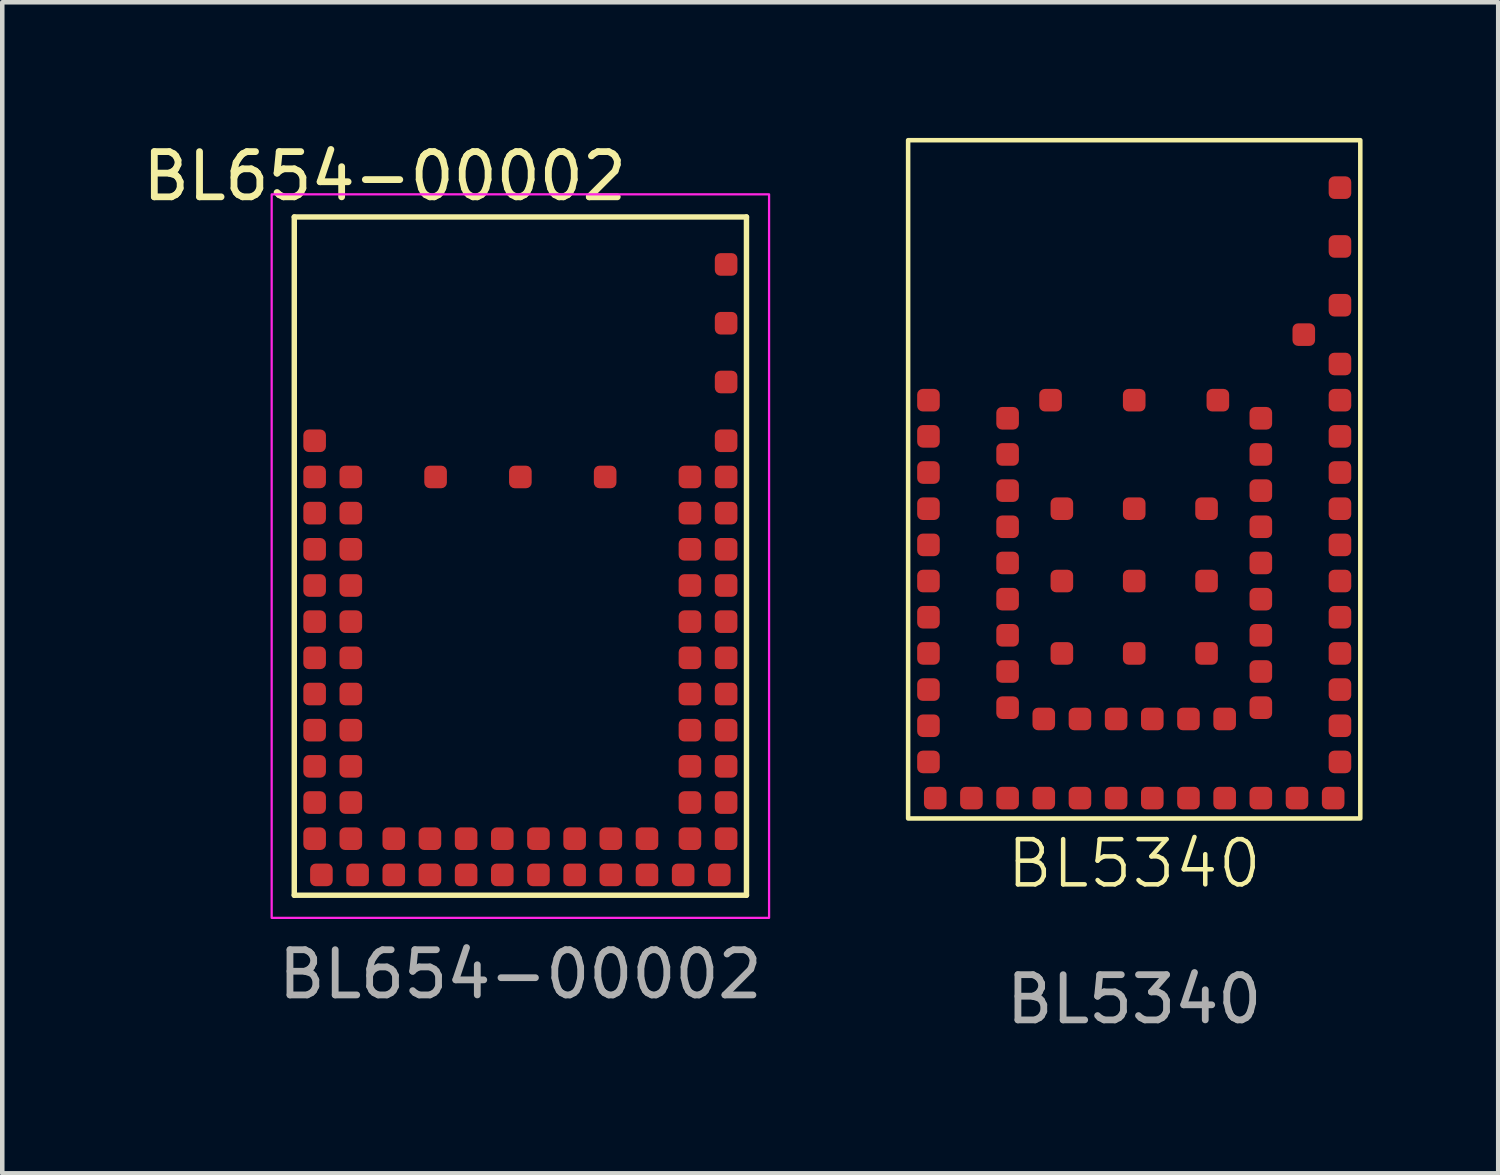
<source format=kicad_pcb>
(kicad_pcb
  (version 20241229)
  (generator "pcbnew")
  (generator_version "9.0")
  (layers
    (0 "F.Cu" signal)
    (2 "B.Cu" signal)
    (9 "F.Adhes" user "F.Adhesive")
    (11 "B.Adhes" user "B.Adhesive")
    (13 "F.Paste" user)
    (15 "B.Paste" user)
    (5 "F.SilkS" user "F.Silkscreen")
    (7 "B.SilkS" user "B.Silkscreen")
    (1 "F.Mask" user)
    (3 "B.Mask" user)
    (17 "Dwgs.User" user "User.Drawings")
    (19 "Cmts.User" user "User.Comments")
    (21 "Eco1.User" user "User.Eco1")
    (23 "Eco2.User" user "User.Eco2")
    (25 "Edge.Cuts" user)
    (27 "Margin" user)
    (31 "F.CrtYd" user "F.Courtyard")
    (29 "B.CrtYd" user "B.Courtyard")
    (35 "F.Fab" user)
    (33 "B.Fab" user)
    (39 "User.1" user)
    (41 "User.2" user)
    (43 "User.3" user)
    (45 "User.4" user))
  (footprint "BL5340"
    (layer "F.Cu")
    (at 22.033 7.55)
    (property "Reference" "BL5340" (at 0 8.5 0) (unlocked yes) (layer "F.SilkS") (effects (font (size 1 1) (thickness 0.1))))
    (attr smd)
    (fp_rect (start -5 -7.5) (end 5 7.5) (stroke (width 0.1) (type default)) (fill no) (layer "F.SilkS"))
    (fp_text user "${REFERENCE}" (at 0 11.5 0) (unlocked yes) (layer "F.Fab") (effects (font (size 1 1) (thickness 0.15))))
    (pad "1" smd roundrect (at 4.55 -2.55 90) (size 0.5 0.5) (layers "F.Cu" "F.Mask" "F.Paste") (roundrect_rratio 0.25))
    (pad "2" smd roundrect (at 4.55 -1.75 90) (size 0.5 0.5) (layers "F.Cu" "F.Mask" "F.Paste") (roundrect_rratio 0.25))
    (pad "3" smd roundrect (at 4.55 -0.95 90) (size 0.5 0.5) (layers "F.Cu" "F.Mask" "F.Paste") (roundrect_rratio 0.25))
    (pad "4" smd roundrect (at 2.8 -1.35 90) (size 0.5 0.5) (layers "F.Cu" "F.Mask" "F.Paste") (roundrect_rratio 0.25))
    (pad "5" smd roundrect (at 4.55 -0.15 90) (size 0.5 0.5) (layers "F.Cu" "F.Mask" "F.Paste") (roundrect_rratio 0.25))
    (pad "6" smd roundrect (at 2.8 -0.55 90) (size 0.5 0.5) (layers "F.Cu" "F.Mask" "F.Paste") (roundrect_rratio 0.25))
    (pad "7" smd roundrect (at 4.55 0.65 90) (size 0.5 0.5) (layers "F.Cu" "F.Mask" "F.Paste") (roundrect_rratio 0.25))
    (pad "8" smd roundrect (at 2.8 0.25 90) (size 0.5 0.5) (layers "F.Cu" "F.Mask" "F.Paste") (roundrect_rratio 0.25))
    (pad "9" smd roundrect (at 4.55 1.45 90) (size 0.5 0.5) (layers "F.Cu" "F.Mask" "F.Paste") (roundrect_rratio 0.25))
    (pad "10" smd roundrect (at 2.8 1.05 90) (size 0.5 0.5) (layers "F.Cu" "F.Mask" "F.Paste") (roundrect_rratio 0.25))
    (pad "11" smd roundrect (at 4.55 2.25 90) (size 0.5 0.5) (layers "F.Cu" "F.Mask" "F.Paste") (roundrect_rratio 0.25))
    (pad "12" smd roundrect (at 2.8 1.85 90) (size 0.5 0.5) (layers "F.Cu" "F.Mask" "F.Paste") (roundrect_rratio 0.25))
    (pad "13" smd roundrect (at 4.55 3.05 90) (size 0.5 0.5) (layers "F.Cu" "F.Mask" "F.Paste") (roundrect_rratio 0.25))
    (pad "14" smd roundrect (at 2.8 2.65 90) (size 0.5 0.5) (layers "F.Cu" "F.Mask" "F.Paste") (roundrect_rratio 0.25))
    (pad "15" smd roundrect (at 4.55 3.85 90) (size 0.5 0.5) (layers "F.Cu" "F.Mask" "F.Paste") (roundrect_rratio 0.25))
    (pad "16" smd roundrect (at 2.8 3.45 90) (size 0.5 0.5) (layers "F.Cu" "F.Mask" "F.Paste") (roundrect_rratio 0.25))
    (pad "17" smd roundrect (at 4.55 4.65 90) (size 0.5 0.5) (layers "F.Cu" "F.Mask" "F.Paste") (roundrect_rratio 0.25))
    (pad "18" smd roundrect (at 2.8 4.25 90) (size 0.5 0.5) (layers "F.Cu" "F.Mask" "F.Paste") (roundrect_rratio 0.25))
    (pad "19" smd roundrect (at 4.55 5.45 90) (size 0.5 0.5) (layers "F.Cu" "F.Mask" "F.Paste") (roundrect_rratio 0.25))
    (pad "20" smd roundrect (at 4.55 6.25 90) (size 0.5 0.5) (layers "F.Cu" "F.Mask" "F.Paste") (roundrect_rratio 0.25))
    (pad "21" smd roundrect (at 4.4 7.05 90) (size 0.5 0.5) (layers "F.Cu" "F.Mask" "F.Paste") (roundrect_rratio 0.25))
    (pad "22" smd roundrect (at 3.6 7.05 90) (size 0.5 0.5) (layers "F.Cu" "F.Mask" "F.Paste") (roundrect_rratio 0.25))
    (pad "23" smd roundrect (at 2.8 7.05 90) (size 0.5 0.5) (layers "F.Cu" "F.Mask" "F.Paste") (roundrect_rratio 0.25))
    (pad "24" smd roundrect (at 2.8 5.05 90) (size 0.5 0.5) (layers "F.Cu" "F.Mask" "F.Paste") (roundrect_rratio 0.25))
    (pad "25" smd roundrect (at 2 7.05 90) (size 0.5 0.5) (layers "F.Cu" "F.Mask" "F.Paste") (roundrect_rratio 0.25))
    (pad "26" smd roundrect (at 2 5.3 90) (size 0.5 0.5) (layers "F.Cu" "F.Mask" "F.Paste") (roundrect_rratio 0.25))
    (pad "27" smd roundrect (at 1.2 7.05 90) (size 0.5 0.5) (layers "F.Cu" "F.Mask" "F.Paste") (roundrect_rratio 0.25))
    (pad "28" smd roundrect (at 1.2 5.3 90) (size 0.5 0.5) (layers "F.Cu" "F.Mask" "F.Paste") (roundrect_rratio 0.25))
    (pad "29" smd roundrect (at 0.4 7.05 90) (size 0.5 0.5) (layers "F.Cu" "F.Mask" "F.Paste") (roundrect_rratio 0.25))
    (pad "30" smd roundrect (at 0.4 5.3 90) (size 0.5 0.5) (layers "F.Cu" "F.Mask" "F.Paste") (roundrect_rratio 0.25))
    (pad "31" smd roundrect (at -0.4 7.05 90) (size 0.5 0.5) (layers "F.Cu" "F.Mask" "F.Paste") (roundrect_rratio 0.25))
    (pad "32" smd roundrect (at -0.4 5.3 90) (size 0.5 0.5) (layers "F.Cu" "F.Mask" "F.Paste") (roundrect_rratio 0.25))
    (pad "33" smd roundrect (at -1.2 7.05 90) (size 0.5 0.5) (layers "F.Cu" "F.Mask" "F.Paste") (roundrect_rratio 0.25))
    (pad "34" smd roundrect (at -1.2 5.3 90) (size 0.5 0.5) (layers "F.Cu" "F.Mask" "F.Paste") (roundrect_rratio 0.25))
    (pad "35" smd roundrect (at -2 7.05 90) (size 0.5 0.5) (layers "F.Cu" "F.Mask" "F.Paste") (roundrect_rratio 0.25))
    (pad "36" smd roundrect (at -2 5.3 90) (size 0.5 0.5) (layers "F.Cu" "F.Mask" "F.Paste") (roundrect_rratio 0.25))
    (pad "37" smd roundrect (at -2.8 7.05 90) (size 0.5 0.5) (layers "F.Cu" "F.Mask" "F.Paste") (roundrect_rratio 0.25))
    (pad "38" smd roundrect (at -3.6 7.05 90) (size 0.5 0.5) (layers "F.Cu" "F.Mask" "F.Paste") (roundrect_rratio 0.25))
    (pad "39" smd roundrect (at -4.4 7.05 90) (size 0.5 0.5) (layers "F.Cu" "F.Mask" "F.Paste") (roundrect_rratio 0.25))
    (pad "40" smd roundrect (at -4.55 6.25 90) (size 0.5 0.5) (layers "F.Cu" "F.Mask" "F.Paste") (roundrect_rratio 0.25))
    (pad "41" smd roundrect (at -4.55 5.45 90) (size 0.5 0.5) (layers "F.Cu" "F.Mask" "F.Paste") (roundrect_rratio 0.25))
    (pad "42" smd roundrect (at -2.8 5.05 90) (size 0.5 0.5) (layers "F.Cu" "F.Mask" "F.Paste") (roundrect_rratio 0.25))
    (pad "43" smd roundrect (at -4.55 4.65 90) (size 0.5 0.5) (layers "F.Cu" "F.Mask" "F.Paste") (roundrect_rratio 0.25))
    (pad "44" smd roundrect (at -2.8 4.25 90) (size 0.5 0.5) (layers "F.Cu" "F.Mask" "F.Paste") (roundrect_rratio 0.25))
    (pad "45" smd roundrect (at -4.55 3.85 90) (size 0.5 0.5) (layers "F.Cu" "F.Mask" "F.Paste") (roundrect_rratio 0.25))
    (pad "46" smd roundrect (at -2.8 3.45 90) (size 0.5 0.5) (layers "F.Cu" "F.Mask" "F.Paste") (roundrect_rratio 0.25))
    (pad "47" smd roundrect (at -4.55 3.05 90) (size 0.5 0.5) (layers "F.Cu" "F.Mask" "F.Paste") (roundrect_rratio 0.25))
    (pad "48" smd roundrect (at -2.8 2.65 90) (size 0.5 0.5) (layers "F.Cu" "F.Mask" "F.Paste") (roundrect_rratio 0.25))
    (pad "49" smd roundrect (at -4.55 2.25 90) (size 0.5 0.5) (layers "F.Cu" "F.Mask" "F.Paste") (roundrect_rratio 0.25))
    (pad "50" smd roundrect (at -2.8 1.85 90) (size 0.5 0.5) (layers "F.Cu" "F.Mask" "F.Paste") (roundrect_rratio 0.25))
    (pad "51" smd roundrect (at -4.55 1.45 90) (size 0.5 0.5) (layers "F.Cu" "F.Mask" "F.Paste") (roundrect_rratio 0.25))
    (pad "52" smd roundrect (at -2.8 1.05 90) (size 0.5 0.5) (layers "F.Cu" "F.Mask" "F.Paste") (roundrect_rratio 0.25))
    (pad "53" smd roundrect (at -4.55 0.65 90) (size 0.5 0.5) (layers "F.Cu" "F.Mask" "F.Paste") (roundrect_rratio 0.25))
    (pad "54" smd roundrect (at -2.8 0.25 90) (size 0.5 0.5) (layers "F.Cu" "F.Mask" "F.Paste") (roundrect_rratio 0.25))
    (pad "55" smd roundrect (at -4.55 -0.15 90) (size 0.5 0.5) (layers "F.Cu" "F.Mask" "F.Paste") (roundrect_rratio 0.25))
    (pad "56" smd roundrect (at -2.8 -0.55 90) (size 0.5 0.5) (layers "F.Cu" "F.Mask" "F.Paste") (roundrect_rratio 0.25))
    (pad "57" smd roundrect (at -4.55 -0.95 90) (size 0.5 0.5) (layers "F.Cu" "F.Mask" "F.Paste") (roundrect_rratio 0.25))
    (pad "58" smd roundrect (at -2.8 -1.35 90) (size 0.5 0.5) (layers "F.Cu" "F.Mask" "F.Paste") (roundrect_rratio 0.25))
    (pad "59" smd roundrect (at -4.55 -1.75 90) (size 0.5 0.5) (layers "F.Cu" "F.Mask" "F.Paste") (roundrect_rratio 0.25))
    (pad "60" smd roundrect (at 1.6 0.65 90) (size 0.5 0.5) (layers "F.Cu" "F.Mask" "F.Paste") (roundrect_rratio 0.25))
    (pad "61" smd roundrect (at 1.6 2.25 180) (size 0.5 0.5) (layers "F.Cu" "F.Mask" "F.Paste") (roundrect_rratio 0.25))
    (pad "62" smd roundrect (at 1.6 3.85 90) (size 0.5 0.5) (layers "F.Cu" "F.Mask" "F.Paste") (roundrect_rratio 0.25))
    (pad "63" smd roundrect (at -1.6 3.85 90) (size 0.5 0.5) (layers "F.Cu" "F.Mask" "F.Paste") (roundrect_rratio 0.25))
    (pad "64" smd roundrect (at -1.6 2.25 90) (size 0.5 0.5) (layers "F.Cu" "F.Mask" "F.Paste") (roundrect_rratio 0.25))
    (pad "65" smd roundrect (at -1.6 0.65 90) (size 0.5 0.5) (layers "F.Cu" "F.Mask" "F.Paste") (roundrect_rratio 0.25))
    (pad "66" smd roundrect (at -1.85 -1.75 90) (size 0.5 0.5) (layers "F.Cu" "F.Mask" "F.Paste") (roundrect_rratio 0.25))
    (pad "67" smd roundrect (at 0 -1.75 90) (size 0.5 0.5) (layers "F.Cu" "F.Mask" "F.Paste") (roundrect_rratio 0.25))
    (pad "68" smd roundrect (at 1.85 -1.75 90) (size 0.5 0.5) (layers "F.Cu" "F.Mask" "F.Paste") (roundrect_rratio 0.25))
    (pad "69" smd roundrect (at 4.55 -3.85 90) (size 0.5 0.5) (layers "F.Cu" "F.Mask" "F.Paste") (roundrect_rratio 0.25))
    (pad "70" smd roundrect (at 4.55 -5.15 90) (size 0.5 0.5) (layers "F.Cu" "F.Mask" "F.Paste") (roundrect_rratio 0.25))
    (pad "71" smd roundrect (at 4.55 -6.45 90) (size 0.5 0.5) (layers "F.Cu" "F.Mask" "F.Paste") (roundrect_rratio 0.25))
    (pad "72" smd roundrect (at 3.75 -3.2 90) (size 0.5 0.5) (layers "F.Cu" "F.Mask" "F.Paste") (roundrect_rratio 0.25))
    (pad "73" smd roundrect (at 0 3.85 90) (size 0.5 0.5) (layers "F.Cu" "F.Mask" "F.Paste") (roundrect_rratio 0.25))
    (pad "74" smd roundrect (at 0 2.25 90) (size 0.5 0.5) (layers "F.Cu" "F.Mask" "F.Paste") (roundrect_rratio 0.25))
    (pad "75" smd roundrect (at 0 0.65 90) (size 0.5 0.5) (layers "F.Cu" "F.Mask" "F.Paste") (roundrect_rratio 0.25))
    (zone (net_name "") (layer "F.Cu") (hatch edge 0.5) (connect_pads) (min_thickness 0.25) (filled_areas_thickness no) (keepout (tracks not_allowed) (vias not_allowed) (pads not_allowed) (copperpour allowed) (footprints allowed)) (placement (enabled no)) (fill) (polygon (pts (xy 25.533 5.05) (xy 17.033 5.05) (xy 17.033 0.05) (xy 25.533 0.05)))))
  (footprint "BL654-00002"
    (layer "F.Cu")
    (at 8.458 9.248)
    (property "Reference" "BL654-00002" (at -3 -8.4 0) (unlocked yes) (layer "F.SilkS") (effects (font (size 1 1) (thickness 0.15))))
    (attr smd)
    (fp_line (start -5 -7.5) (end 5 -7.5) (stroke (width 0.12) (type solid)) (layer "F.SilkS"))
    (fp_line (start -5 7.5) (end -5 -7.5) (stroke (width 0.12) (type solid)) (layer "F.SilkS"))
    (fp_line (start 5 -7.5) (end 5 7.5) (stroke (width 0.12) (type solid)) (layer "F.SilkS"))
    (fp_line (start 5 7.5) (end -5 7.5) (stroke (width 0.12) (type solid)) (layer "F.SilkS"))
    (fp_rect (start -5.5 -8) (end 5.5 8) (stroke (width 0.05) (type default)) (fill no) (layer "F.CrtYd"))
    (fp_text user "${REFERENCE}" (at 0 9.25 0) (unlocked yes) (layer "F.Fab") (effects (font (size 1 1) (thickness 0.15))))
    (pad "0" smd roundrect (at 4.55 -2.55 90) (size 0.5 0.5) (layers "F.Cu" "F.Mask" "F.Paste") (roundrect_rratio 0.25))
    (pad "1" smd roundrect (at 4.55 -1.75 90) (size 0.5 0.5) (layers "F.Cu" "F.Mask" "F.Paste") (roundrect_rratio 0.25))
    (pad "2" smd roundrect (at 3.75 -1.75 90) (size 0.5 0.5) (layers "F.Cu" "F.Mask" "F.Paste") (roundrect_rratio 0.25))
    (pad "3" smd roundrect (at 4.55 -0.95 90) (size 0.5 0.5) (layers "F.Cu" "F.Mask" "F.Paste") (roundrect_rratio 0.25))
    (pad "4" smd roundrect (at 3.75 -0.95 90) (size 0.5 0.5) (layers "F.Cu" "F.Mask" "F.Paste") (roundrect_rratio 0.25))
    (pad "5" smd roundrect (at 4.55 -0.15 90) (size 0.5 0.5) (layers "F.Cu" "F.Mask" "F.Paste") (roundrect_rratio 0.25))
    (pad "6" smd roundrect (at 3.75 -0.15 90) (size 0.5 0.5) (layers "F.Cu" "F.Mask" "F.Paste") (roundrect_rratio 0.25))
    (pad "7" smd roundrect (at 4.55 0.65 90) (size 0.5 0.5) (layers "F.Cu" "F.Mask" "F.Paste") (roundrect_rratio 0.25))
    (pad "8" smd roundrect (at 3.75 0.65 90) (size 0.5 0.5) (layers "F.Cu" "F.Mask" "F.Paste") (roundrect_rratio 0.25))
    (pad "9" smd roundrect (at 4.55 1.45 90) (size 0.5 0.5) (layers "F.Cu" "F.Mask" "F.Paste") (roundrect_rratio 0.25))
    (pad "10" smd roundrect (at 3.75 1.45 90) (size 0.5 0.5) (layers "F.Cu" "F.Mask" "F.Paste") (roundrect_rratio 0.25))
    (pad "11" smd roundrect (at 4.55 2.25 90) (size 0.5 0.5) (layers "F.Cu" "F.Mask" "F.Paste") (roundrect_rratio 0.25))
    (pad "12" smd roundrect (at 3.75 2.25 90) (size 0.5 0.5) (layers "F.Cu" "F.Mask" "F.Paste") (roundrect_rratio 0.25))
    (pad "13" smd roundrect (at 4.55 3.05 90) (size 0.5 0.5) (layers "F.Cu" "F.Mask" "F.Paste") (roundrect_rratio 0.25))
    (pad "14" smd roundrect (at 3.75 3.05 90) (size 0.5 0.5) (layers "F.Cu" "F.Mask" "F.Paste") (roundrect_rratio 0.25))
    (pad "15" smd roundrect (at 4.55 3.85 90) (size 0.5 0.5) (layers "F.Cu" "F.Mask" "F.Paste") (roundrect_rratio 0.25))
    (pad "16" smd roundrect (at 3.75 3.85 90) (size 0.5 0.5) (layers "F.Cu" "F.Mask" "F.Paste") (roundrect_rratio 0.25))
    (pad "17" smd roundrect (at 4.55 4.65 90) (size 0.5 0.5) (layers "F.Cu" "F.Mask" "F.Paste") (roundrect_rratio 0.25))
    (pad "18" smd roundrect (at 3.75 4.65 90) (size 0.5 0.5) (layers "F.Cu" "F.Mask" "F.Paste") (roundrect_rratio 0.25))
    (pad "19" smd roundrect (at 4.55 5.45 90) (size 0.5 0.5) (layers "F.Cu" "F.Mask" "F.Paste") (roundrect_rratio 0.25))
    (pad "20" smd roundrect (at 3.75 5.45 90) (size 0.5 0.5) (layers "F.Cu" "F.Mask" "F.Paste") (roundrect_rratio 0.25))
    (pad "21" smd roundrect (at 4.55 6.25 90) (size 0.5 0.5) (layers "F.Cu" "F.Mask" "F.Paste") (roundrect_rratio 0.25))
    (pad "22" smd roundrect (at 3.75 6.25 90) (size 0.5 0.5) (layers "F.Cu" "F.Mask" "F.Paste") (roundrect_rratio 0.25))
    (pad "23" smd roundrect (at 4.4 7.05 90) (size 0.5 0.5) (layers "F.Cu" "F.Mask" "F.Paste") (roundrect_rratio 0.25))
    (pad "24" smd roundrect (at 3.6 7.05 90) (size 0.5 0.5) (layers "F.Cu" "F.Mask" "F.Paste") (roundrect_rratio 0.25))
    (pad "25" smd roundrect (at 2.8 7.05 90) (size 0.5 0.5) (layers "F.Cu" "F.Mask" "F.Paste") (roundrect_rratio 0.25))
    (pad "26" smd roundrect (at 2.8 6.25 90) (size 0.5 0.5) (layers "F.Cu" "F.Mask" "F.Paste") (roundrect_rratio 0.25))
    (pad "27" smd roundrect (at 2 7.05 90) (size 0.5 0.5) (layers "F.Cu" "F.Mask" "F.Paste") (roundrect_rratio 0.25))
    (pad "28" smd roundrect (at 2 6.25 90) (size 0.5 0.5) (layers "F.Cu" "F.Mask" "F.Paste") (roundrect_rratio 0.25))
    (pad "29" smd roundrect (at 1.2 7.05 90) (size 0.5 0.5) (layers "F.Cu" "F.Mask" "F.Paste") (roundrect_rratio 0.25))
    (pad "30" smd roundrect (at 1.2 6.25 90) (size 0.5 0.5) (layers "F.Cu" "F.Mask" "F.Paste") (roundrect_rratio 0.25))
    (pad "31" smd roundrect (at 0.4 7.05 90) (size 0.5 0.5) (layers "F.Cu" "F.Mask" "F.Paste") (roundrect_rratio 0.25))
    (pad "32" smd roundrect (at 0.4 6.25 90) (size 0.5 0.5) (layers "F.Cu" "F.Mask" "F.Paste") (roundrect_rratio 0.25))
    (pad "33" smd roundrect (at -0.4 7.05 90) (size 0.5 0.5) (layers "F.Cu" "F.Mask" "F.Paste") (roundrect_rratio 0.25))
    (pad "34" smd roundrect (at -0.4 6.25 90) (size 0.5 0.5) (layers "F.Cu" "F.Mask" "F.Paste") (roundrect_rratio 0.25))
    (pad "35" smd roundrect (at -1.2 7.05 90) (size 0.5 0.5) (layers "F.Cu" "F.Mask" "F.Paste") (roundrect_rratio 0.25))
    (pad "36" smd roundrect (at -1.2 6.25 90) (size 0.5 0.5) (layers "F.Cu" "F.Mask" "F.Paste") (roundrect_rratio 0.25))
    (pad "37" smd roundrect (at -2 7.05 90) (size 0.5 0.5) (layers "F.Cu" "F.Mask" "F.Paste") (roundrect_rratio 0.25))
    (pad "38" smd roundrect (at -2 6.25 90) (size 0.5 0.5) (layers "F.Cu" "F.Mask" "F.Paste") (roundrect_rratio 0.25))
    (pad "39" smd roundrect (at -2.8 7.05 90) (size 0.5 0.5) (layers "F.Cu" "F.Mask" "F.Paste") (roundrect_rratio 0.25))
    (pad "40" smd roundrect (at -2.8 6.25 90) (size 0.5 0.5) (layers "F.Cu" "F.Mask" "F.Paste") (roundrect_rratio 0.25))
    (pad "41" smd roundrect (at -3.6 7.05 90) (size 0.5 0.5) (layers "F.Cu" "F.Mask" "F.Paste") (roundrect_rratio 0.25))
    (pad "42" smd roundrect (at -4.4 7.05 90) (size 0.5 0.5) (layers "F.Cu" "F.Mask" "F.Paste") (roundrect_rratio 0.25))
    (pad "43" smd roundrect (at -4.55 6.25 90) (size 0.5 0.5) (layers "F.Cu" "F.Mask" "F.Paste") (roundrect_rratio 0.25))
    (pad "44" smd roundrect (at -3.75 6.25 90) (size 0.5 0.5) (layers "F.Cu" "F.Mask" "F.Paste") (roundrect_rratio 0.25))
    (pad "45" smd roundrect (at -4.55 5.45 90) (size 0.5 0.5) (layers "F.Cu" "F.Mask" "F.Paste") (roundrect_rratio 0.25))
    (pad "46" smd roundrect (at -3.75 5.45 90) (size 0.5 0.5) (layers "F.Cu" "F.Mask" "F.Paste") (roundrect_rratio 0.25))
    (pad "47" smd roundrect (at -4.55 4.65 90) (size 0.5 0.5) (layers "F.Cu" "F.Mask" "F.Paste") (roundrect_rratio 0.25))
    (pad "48" smd roundrect (at -3.75 4.65 90) (size 0.5 0.5) (layers "F.Cu" "F.Mask" "F.Paste") (roundrect_rratio 0.25))
    (pad "49" smd roundrect (at -4.55 3.85 90) (size 0.5 0.5) (layers "F.Cu" "F.Mask" "F.Paste") (roundrect_rratio 0.25))
    (pad "50" smd roundrect (at -3.75 3.85 90) (size 0.5 0.5) (layers "F.Cu" "F.Mask" "F.Paste") (roundrect_rratio 0.25))
    (pad "51" smd roundrect (at -4.55 3.05 90) (size 0.5 0.5) (layers "F.Cu" "F.Mask" "F.Paste") (roundrect_rratio 0.25))
    (pad "52" smd roundrect (at -3.75 3.05 90) (size 0.5 0.5) (layers "F.Cu" "F.Mask" "F.Paste") (roundrect_rratio 0.25))
    (pad "53" smd roundrect (at -4.55 2.25 90) (size 0.5 0.5) (layers "F.Cu" "F.Mask" "F.Paste") (roundrect_rratio 0.25))
    (pad "54" smd roundrect (at -3.75 2.25 90) (size 0.5 0.5) (layers "F.Cu" "F.Mask" "F.Paste") (roundrect_rratio 0.25))
    (pad "55" smd roundrect (at -4.55 1.45 90) (size 0.5 0.5) (layers "F.Cu" "F.Mask" "F.Paste") (roundrect_rratio 0.25))
    (pad "56" smd roundrect (at -3.75 1.45 90) (size 0.5 0.5) (layers "F.Cu" "F.Mask" "F.Paste") (roundrect_rratio 0.25))
    (pad "57" smd roundrect (at -4.55 0.65 90) (size 0.5 0.5) (layers "F.Cu" "F.Mask" "F.Paste") (roundrect_rratio 0.25))
    (pad "58" smd roundrect (at -3.75 0.65 90) (size 0.5 0.5) (layers "F.Cu" "F.Mask" "F.Paste") (roundrect_rratio 0.25))
    (pad "59" smd roundrect (at -4.55 -0.15 90) (size 0.5 0.5) (layers "F.Cu" "F.Mask" "F.Paste") (roundrect_rratio 0.25))
    (pad "60" smd roundrect (at -3.75 -0.15 90) (size 0.5 0.5) (layers "F.Cu" "F.Mask" "F.Paste") (roundrect_rratio 0.25))
    (pad "61" smd roundrect (at -4.55 -0.95 90) (size 0.5 0.5) (layers "F.Cu" "F.Mask" "F.Paste") (roundrect_rratio 0.25))
    (pad "62" smd roundrect (at -3.75 -0.95 90) (size 0.5 0.5) (layers "F.Cu" "F.Mask" "F.Paste") (roundrect_rratio 0.25))
    (pad "63" smd roundrect (at -4.55 -1.75 90) (size 0.5 0.5) (layers "F.Cu" "F.Mask" "F.Paste") (roundrect_rratio 0.25))
    (pad "64" smd roundrect (at -3.75 -1.75 90) (size 0.5 0.5) (layers "F.Cu" "F.Mask" "F.Paste") (roundrect_rratio 0.25))
    (pad "65" smd roundrect (at -4.55 -2.55 90) (size 0.5 0.5) (layers "F.Cu" "F.Mask" "F.Paste") (roundrect_rratio 0.25))
    (pad "66" smd roundrect (at 4.55 -3.85 90) (size 0.5 0.5) (layers "F.Cu" "F.Mask" "F.Paste") (roundrect_rratio 0.25))
    (pad "67" smd roundrect (at 4.55 -5.15 90) (size 0.5 0.5) (layers "F.Cu" "F.Mask" "F.Paste") (roundrect_rratio 0.25))
    (pad "68" smd roundrect (at 4.55 -6.45 90) (size 0.5 0.5) (layers "F.Cu" "F.Mask" "F.Paste") (roundrect_rratio 0.25))
    (pad "69" smd roundrect (at -1.875 -1.75 90) (size 0.5 0.5) (layers "F.Cu" "F.Mask" "F.Paste") (roundrect_rratio 0.25))
    (pad "70" smd roundrect (at 0 -1.75 90) (size 0.5 0.5) (layers "F.Cu" "F.Mask" "F.Paste") (roundrect_rratio 0.25))
    (pad "71" smd roundrect (at 1.875 -1.75 90) (size 0.5 0.5) (layers "F.Cu" "F.Mask" "F.Paste") (roundrect_rratio 0.25)))
  (gr_rect
    (start -3 -3)
    (end 30.083 22.898)
    (stroke (width 0.1) (type default))
    (fill no)
    (layer "Edge.Cuts")))
</source>
